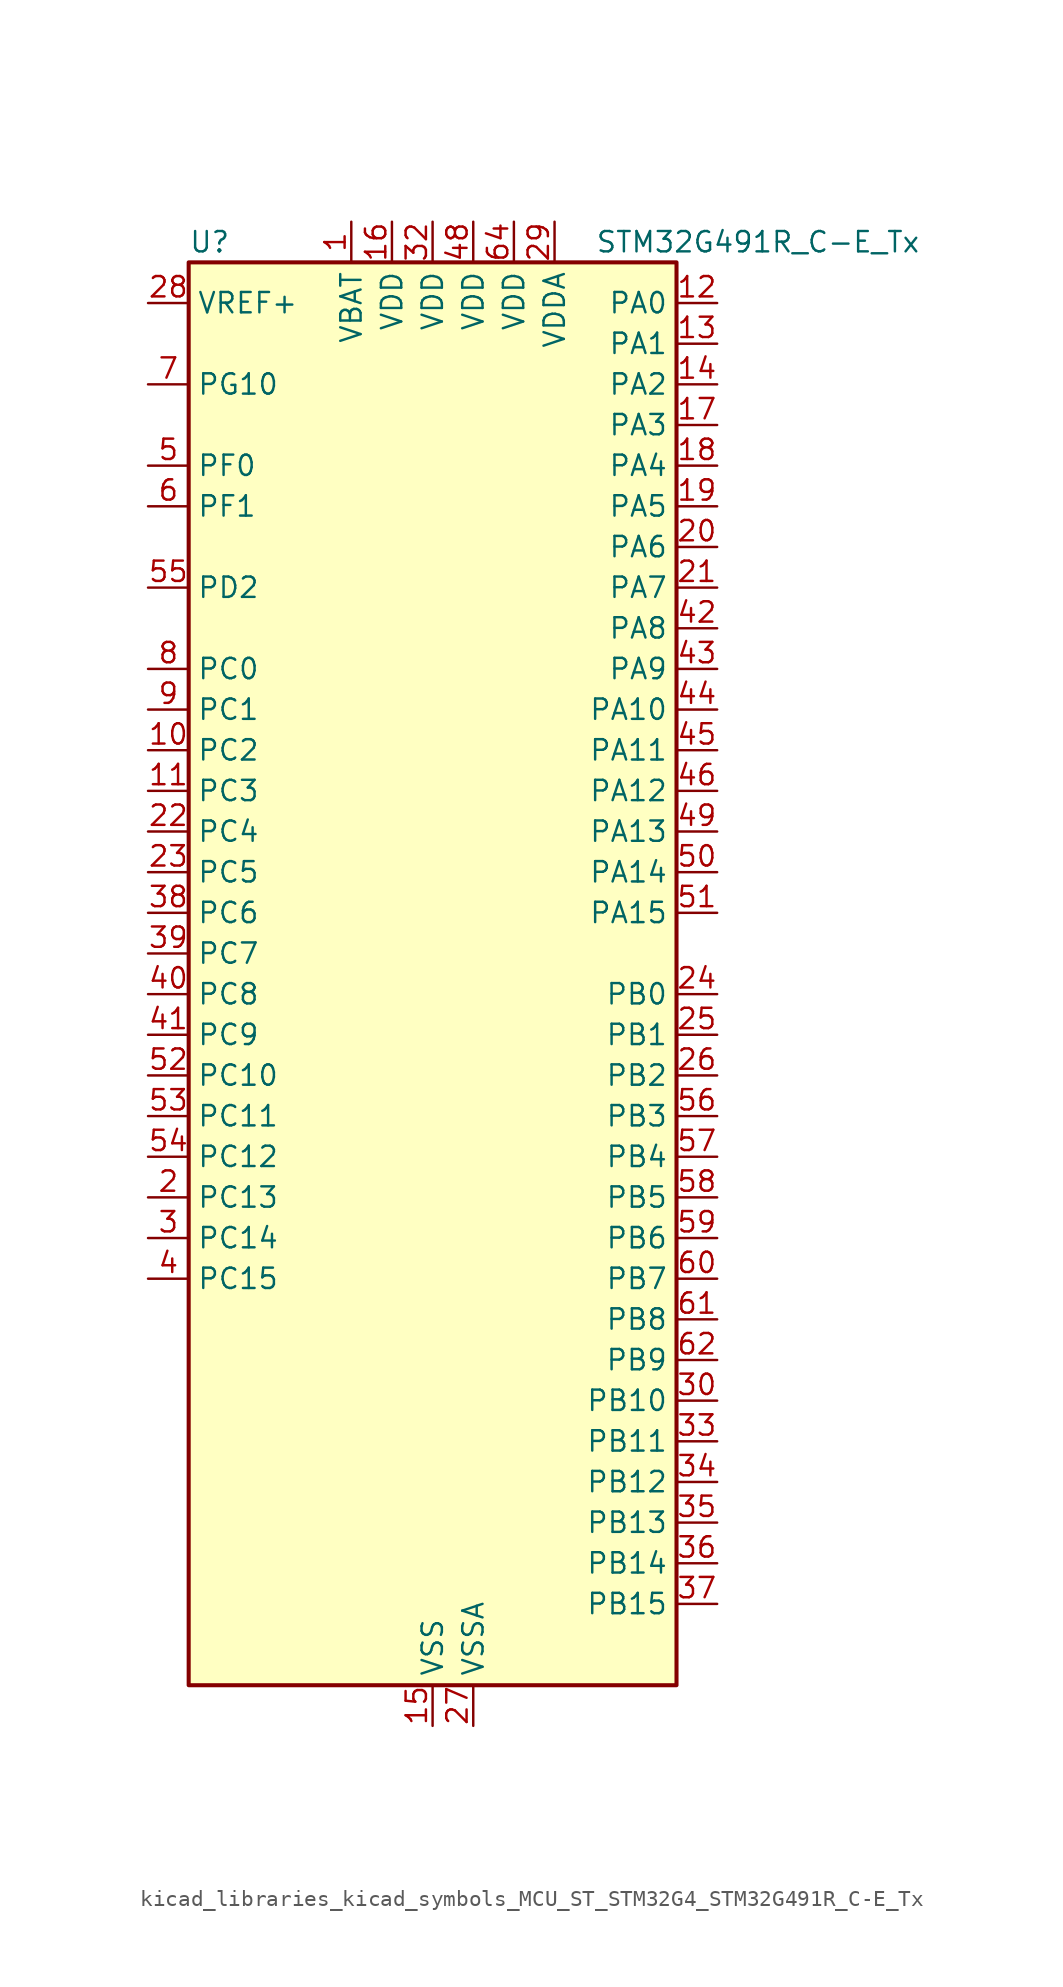
<source format=kicad_sym>
(kicad_symbol_lib
  (version 20220914)
  (generator kicad_symbol_editor)
  (symbol "kicad_libraries_kicad_symbols_MCU_ST_STM32G4_STM32G491R_C-E_Tx"
    (property "Reference" "U"
      (at -15.24 46.99 0)
      (effects (font (size 1.27 1.27)) (justify left)))
    (property "Value" "STM32G491R_C-E_Tx"
      (at 10.16 46.99 0)
      (effects (font (size 1.27 1.27)) (justify left)))
    (property "ki_locked" ""
      (at 0 0 0)
      (effects (font (size 1.27 1.27))))
    (symbol "kicad_libraries_kicad_symbols_MCU_ST_STM32G4_STM32G491R_C-E_Tx_0_1"
      (rectangle (start -15.24 -43.18) (end 15.24 45.72) (stroke (width 0.254) (type default)) (fill (type background))))
    (symbol "kicad_libraries_kicad_symbols_MCU_ST_STM32G4_STM32G491R_C-E_Tx_1_1"
      (pin power_in line (at -5.08 48.26 270) (length 2.54) (name "VBAT" (effects (font (size 1.27 1.27)))) (number "1" (effects (font (size 1.27 1.27)))))
      (pin bidirectional line (at -17.78 15.24 0) (length 2.54) (name "PC2" (effects (font (size 1.27 1.27)))) (number "10" (effects (font (size 1.27 1.27)))) (alternate "ADC1_IN8" bidirectional line) (alternate "ADC2_IN8" bidirectional line) (alternate "ADC3_EXTI2" bidirectional line) (alternate "COMP3_OUT" bidirectional line) (alternate "LPTIM1_IN2" bidirectional line) (alternate "QUADSPI1_BK2_IO1" bidirectional line) (alternate "TIM1_CH3" bidirectional line) (alternate "TIM20_CH2" bidirectional line))
      (pin bidirectional line (at -17.78 12.7 0) (length 2.54) (name "PC3" (effects (font (size 1.27 1.27)))) (number "11" (effects (font (size 1.27 1.27)))) (alternate "ADC1_IN9" bidirectional line) (alternate "ADC2_IN9" bidirectional line) (alternate "ADC3_EXTI3" bidirectional line) (alternate "LPTIM1_ETR" bidirectional line) (alternate "QUADSPI1_BK2_IO2" bidirectional line) (alternate "SAI1_D1" bidirectional line) (alternate "SAI1_SD_A" bidirectional line) (alternate "TIM1_BKIN2" bidirectional line) (alternate "TIM1_CH4" bidirectional line))
      (pin bidirectional line (at 17.78 43.18 180) (length 2.54) (name "PA0" (effects (font (size 1.27 1.27)))) (number "12" (effects (font (size 1.27 1.27)))) (alternate "ADC1_IN1" bidirectional line) (alternate "ADC2_IN1" bidirectional line) (alternate "COMP1_INM" bidirectional line) (alternate "COMP1_OUT" bidirectional line) (alternate "COMP3_INP" bidirectional line) (alternate "RTC_TAMP2" bidirectional line) (alternate "SYS_WKUP1" bidirectional line) (alternate "TIM2_CH1" bidirectional line) (alternate "TIM2_ETR" bidirectional line) (alternate "TIM8_BKIN" bidirectional line) (alternate "TIM8_ETR" bidirectional line) (alternate "USART2_CTS" bidirectional line) (alternate "USART2_NSS" bidirectional line))
      (pin bidirectional line (at 17.78 40.64 180) (length 2.54) (name "PA1" (effects (font (size 1.27 1.27)))) (number "13" (effects (font (size 1.27 1.27)))) (alternate "ADC1_IN2" bidirectional line) (alternate "ADC2_IN2" bidirectional line) (alternate "COMP1_INP" bidirectional line) (alternate "OPAMP1_VINP" bidirectional line) (alternate "OPAMP1_VINP_SEC" bidirectional line) (alternate "OPAMP3_VINP" bidirectional line) (alternate "OPAMP3_VINP_SEC" bidirectional line) (alternate "OPAMP6_VINM" bidirectional line) (alternate "OPAMP6_VINM0" bidirectional line) (alternate "OPAMP6_VINM_SEC" bidirectional line) (alternate "RTC_REFIN" bidirectional line) (alternate "TIM15_CH1N" bidirectional line) (alternate "TIM2_CH2" bidirectional line) (alternate "USART2_DE" bidirectional line) (alternate "USART2_RTS" bidirectional line))
      (pin bidirectional line (at 17.78 38.1 180) (length 2.54) (name "PA2" (effects (font (size 1.27 1.27)))) (number "14" (effects (font (size 1.27 1.27)))) (alternate "ADC1_IN3" bidirectional line) (alternate "ADC3_EXTI2" bidirectional line) (alternate "COMP2_INM" bidirectional line) (alternate "COMP2_OUT" bidirectional line) (alternate "LPUART1_TX" bidirectional line) (alternate "OPAMP1_VOUT" bidirectional line) (alternate "QUADSPI1_BK1_NCS" bidirectional line) (alternate "RCC_LSCO" bidirectional line) (alternate "SYS_WKUP4" bidirectional line) (alternate "TIM15_CH1" bidirectional line) (alternate "TIM2_CH3" bidirectional line) (alternate "UCPD1_FRSTX1" bidirectional line) (alternate "UCPD1_FRSTX2" bidirectional line) (alternate "USART2_TX" bidirectional line))
      (pin power_in line (at 0 -45.72 90) (length 2.54) (name "VSS" (effects (font (size 1.27 1.27)))) (number "15" (effects (font (size 1.27 1.27)))))
      (pin power_in line (at -2.54 48.26 270) (length 2.54) (name "VDD" (effects (font (size 1.27 1.27)))) (number "16" (effects (font (size 1.27 1.27)))))
      (pin bidirectional line (at 17.78 35.56 180) (length 2.54) (name "PA3" (effects (font (size 1.27 1.27)))) (number "17" (effects (font (size 1.27 1.27)))) (alternate "ADC1_IN4" bidirectional line) (alternate "ADC3_EXTI3" bidirectional line) (alternate "COMP2_INP" bidirectional line) (alternate "LPUART1_RX" bidirectional line) (alternate "OPAMP1_VINM" bidirectional line) (alternate "OPAMP1_VINM0" bidirectional line) (alternate "OPAMP1_VINM_SEC" bidirectional line) (alternate "OPAMP1_VINP" bidirectional line) (alternate "OPAMP1_VINP_SEC" bidirectional line) (alternate "QUADSPI1_CLK" bidirectional line) (alternate "SAI1_CK1" bidirectional line) (alternate "SAI1_MCLK_A" bidirectional line) (alternate "TIM15_CH2" bidirectional line) (alternate "TIM2_CH4" bidirectional line) (alternate "USART2_RX" bidirectional line))
      (pin bidirectional line (at 17.78 33.02 180) (length 2.54) (name "PA4" (effects (font (size 1.27 1.27)))) (number "18" (effects (font (size 1.27 1.27)))) (alternate "ADC2_IN17" bidirectional line) (alternate "COMP1_INM" bidirectional line) (alternate "DAC1_OUT1" bidirectional line) (alternate "I2S3_WS" bidirectional line) (alternate "SAI1_FS_B" bidirectional line) (alternate "SPI1_NSS" bidirectional line) (alternate "SPI3_NSS" bidirectional line) (alternate "TIM3_CH2" bidirectional line) (alternate "USART2_CK" bidirectional line))
      (pin bidirectional line (at 17.78 30.48 180) (length 2.54) (name "PA5" (effects (font (size 1.27 1.27)))) (number "19" (effects (font (size 1.27 1.27)))) (alternate "ADC2_IN13" bidirectional line) (alternate "COMP2_INM" bidirectional line) (alternate "DAC1_OUT2" bidirectional line) (alternate "OPAMP2_VINM" bidirectional line) (alternate "OPAMP2_VINM0" bidirectional line) (alternate "OPAMP2_VINM_SEC" bidirectional line) (alternate "SPI1_SCK" bidirectional line) (alternate "TIM2_CH1" bidirectional line) (alternate "TIM2_ETR" bidirectional line) (alternate "UCPD1_FRSTX1" bidirectional line) (alternate "UCPD1_FRSTX2" bidirectional line))
      (pin bidirectional line (at -17.78 -12.7 0) (length 2.54) (name "PC13" (effects (font (size 1.27 1.27)))) (number "2" (effects (font (size 1.27 1.27)))) (alternate "RTC_OUT1" bidirectional line) (alternate "RTC_TAMP1" bidirectional line) (alternate "RTC_TS" bidirectional line) (alternate "SYS_WKUP2" bidirectional line) (alternate "TIM1_BKIN" bidirectional line) (alternate "TIM1_CH1N" bidirectional line) (alternate "TIM8_CH4N" bidirectional line))
      (pin bidirectional line (at 17.78 27.94 180) (length 2.54) (name "PA6" (effects (font (size 1.27 1.27)))) (number "20" (effects (font (size 1.27 1.27)))) (alternate "ADC2_IN3" bidirectional line) (alternate "COMP1_OUT" bidirectional line) (alternate "LPUART1_CTS" bidirectional line) (alternate "OPAMP2_VOUT" bidirectional line) (alternate "QUADSPI1_BK1_IO3" bidirectional line) (alternate "SPI1_MISO" bidirectional line) (alternate "TIM16_CH1" bidirectional line) (alternate "TIM1_BKIN" bidirectional line) (alternate "TIM3_CH1" bidirectional line) (alternate "TIM8_BKIN" bidirectional line))
      (pin bidirectional line (at 17.78 25.4 180) (length 2.54) (name "PA7" (effects (font (size 1.27 1.27)))) (number "21" (effects (font (size 1.27 1.27)))) (alternate "ADC2_IN4" bidirectional line) (alternate "COMP2_INP" bidirectional line) (alternate "COMP2_OUT" bidirectional line) (alternate "OPAMP1_VINP" bidirectional line) (alternate "OPAMP1_VINP_SEC" bidirectional line) (alternate "OPAMP2_VINP" bidirectional line) (alternate "OPAMP2_VINP_SEC" bidirectional line) (alternate "QUADSPI1_BK1_IO2" bidirectional line) (alternate "SPI1_MOSI" bidirectional line) (alternate "TIM17_CH1" bidirectional line) (alternate "TIM1_CH1N" bidirectional line) (alternate "TIM3_CH2" bidirectional line) (alternate "TIM8_CH1N" bidirectional line) (alternate "UCPD1_FRSTX1" bidirectional line) (alternate "UCPD1_FRSTX2" bidirectional line))
      (pin bidirectional line (at -17.78 10.16 0) (length 2.54) (name "PC4" (effects (font (size 1.27 1.27)))) (number "22" (effects (font (size 1.27 1.27)))) (alternate "ADC2_IN5" bidirectional line) (alternate "I2C2_SCL" bidirectional line) (alternate "QUADSPI1_BK2_IO3" bidirectional line) (alternate "TIM1_ETR" bidirectional line) (alternate "USART1_TX" bidirectional line))
      (pin bidirectional line (at -17.78 7.62 0) (length 2.54) (name "PC5" (effects (font (size 1.27 1.27)))) (number "23" (effects (font (size 1.27 1.27)))) (alternate "ADC2_IN11" bidirectional line) (alternate "OPAMP1_VINM" bidirectional line) (alternate "OPAMP1_VINM1" bidirectional line) (alternate "OPAMP1_VINM_SEC" bidirectional line) (alternate "OPAMP2_VINM" bidirectional line) (alternate "OPAMP2_VINM1" bidirectional line) (alternate "OPAMP2_VINM_SEC" bidirectional line) (alternate "SAI1_D3" bidirectional line) (alternate "SYS_WKUP5" bidirectional line) (alternate "TIM15_BKIN" bidirectional line) (alternate "TIM1_CH4N" bidirectional line) (alternate "USART1_RX" bidirectional line))
      (pin bidirectional line (at 17.78 0 180) (length 2.54) (name "PB0" (effects (font (size 1.27 1.27)))) (number "24" (effects (font (size 1.27 1.27)))) (alternate "ADC1_IN15" bidirectional line) (alternate "ADC3_IN12" bidirectional line) (alternate "COMP4_INP" bidirectional line) (alternate "OPAMP2_VINP" bidirectional line) (alternate "OPAMP2_VINP_SEC" bidirectional line) (alternate "OPAMP3_VINP" bidirectional line) (alternate "OPAMP3_VINP_SEC" bidirectional line) (alternate "QUADSPI1_BK1_IO1" bidirectional line) (alternate "TIM1_CH2N" bidirectional line) (alternate "TIM3_CH3" bidirectional line) (alternate "TIM8_CH2N" bidirectional line) (alternate "UCPD1_FRSTX1" bidirectional line) (alternate "UCPD1_FRSTX2" bidirectional line))
      (pin bidirectional line (at 17.78 -2.54 180) (length 2.54) (name "PB1" (effects (font (size 1.27 1.27)))) (number "25" (effects (font (size 1.27 1.27)))) (alternate "ADC1_IN12" bidirectional line) (alternate "ADC3_IN1" bidirectional line) (alternate "COMP1_INP" bidirectional line) (alternate "COMP4_OUT" bidirectional line) (alternate "LPUART1_DE" bidirectional line) (alternate "LPUART1_RTS" bidirectional line) (alternate "OPAMP3_VOUT" bidirectional line) (alternate "OPAMP6_VINM" bidirectional line) (alternate "OPAMP6_VINM1" bidirectional line) (alternate "OPAMP6_VINM_SEC" bidirectional line) (alternate "QUADSPI1_BK1_IO0" bidirectional line) (alternate "TIM1_CH3N" bidirectional line) (alternate "TIM3_CH4" bidirectional line) (alternate "TIM8_CH3N" bidirectional line))
      (pin bidirectional line (at 17.78 -5.08 180) (length 2.54) (name "PB2" (effects (font (size 1.27 1.27)))) (number "26" (effects (font (size 1.27 1.27)))) (alternate "ADC2_IN12" bidirectional line) (alternate "ADC3_EXTI2" bidirectional line) (alternate "COMP4_INM" bidirectional line) (alternate "I2C3_SMBA" bidirectional line) (alternate "LPTIM1_OUT" bidirectional line) (alternate "OPAMP3_VINM" bidirectional line) (alternate "OPAMP3_VINM0" bidirectional line) (alternate "OPAMP3_VINM_SEC" bidirectional line) (alternate "QUADSPI1_BK2_IO1" bidirectional line) (alternate "RTC_OUT2" bidirectional line) (alternate "TIM20_CH1" bidirectional line))
      (pin power_in line (at 2.54 -45.72 90) (length 2.54) (name "VSSA" (effects (font (size 1.27 1.27)))) (number "27" (effects (font (size 1.27 1.27)))))
      (pin input line (at -17.78 43.18 0) (length 2.54) (name "VREF+" (effects (font (size 1.27 1.27)))) (number "28" (effects (font (size 1.27 1.27)))) (alternate "VREFBUF_OUT" bidirectional line))
      (pin power_in line (at 7.62 48.26 270) (length 2.54) (name "VDDA" (effects (font (size 1.27 1.27)))) (number "29" (effects (font (size 1.27 1.27)))))
      (pin bidirectional line (at -17.78 -15.24 0) (length 2.54) (name "PC14" (effects (font (size 1.27 1.27)))) (number "3" (effects (font (size 1.27 1.27)))) (alternate "RCC_OSC32_IN" bidirectional line))
      (pin bidirectional line (at 17.78 -25.4 180) (length 2.54) (name "PB10" (effects (font (size 1.27 1.27)))) (number "30" (effects (font (size 1.27 1.27)))) (alternate "DAC1_EXTI10" bidirectional line) (alternate "DAC3_EXTI10" bidirectional line) (alternate "LPUART1_RX" bidirectional line) (alternate "OPAMP3_VINM" bidirectional line) (alternate "OPAMP3_VINM1" bidirectional line) (alternate "OPAMP3_VINM_SEC" bidirectional line) (alternate "QUADSPI1_CLK" bidirectional line) (alternate "SAI1_SCK_A" bidirectional line) (alternate "TIM1_BKIN" bidirectional line) (alternate "TIM2_CH3" bidirectional line) (alternate "USART3_TX" bidirectional line))
      (pin passive line (at 0 -45.72 90) (length 2.54) hide (name "VSS" (effects (font (size 1.27 1.27)))) (number "31" (effects (font (size 1.27 1.27)))))
      (pin power_in line (at 0 48.26 270) (length 2.54) (name "VDD" (effects (font (size 1.27 1.27)))) (number "32" (effects (font (size 1.27 1.27)))))
      (pin bidirectional line (at 17.78 -27.94 180) (length 2.54) (name "PB11" (effects (font (size 1.27 1.27)))) (number "33" (effects (font (size 1.27 1.27)))) (alternate "ADC1_EXTI11" bidirectional line) (alternate "ADC1_IN14" bidirectional line) (alternate "ADC2_EXTI11" bidirectional line) (alternate "ADC2_IN14" bidirectional line) (alternate "LPUART1_TX" bidirectional line) (alternate "OPAMP6_VOUT" bidirectional line) (alternate "QUADSPI1_BK1_NCS" bidirectional line) (alternate "TIM2_CH4" bidirectional line) (alternate "USART3_RX" bidirectional line))
      (pin bidirectional line (at 17.78 -30.48 180) (length 2.54) (name "PB12" (effects (font (size 1.27 1.27)))) (number "34" (effects (font (size 1.27 1.27)))) (alternate "ADC1_IN11" bidirectional line) (alternate "FDCAN2_RX" bidirectional line) (alternate "I2C2_SMBA" bidirectional line) (alternate "I2S2_WS" bidirectional line) (alternate "LPUART1_DE" bidirectional line) (alternate "LPUART1_RTS" bidirectional line) (alternate "OPAMP6_VINP" bidirectional line) (alternate "OPAMP6_VINP_SEC" bidirectional line) (alternate "SPI2_NSS" bidirectional line) (alternate "TIM1_BKIN" bidirectional line) (alternate "USART3_CK" bidirectional line))
      (pin bidirectional line (at 17.78 -33.02 180) (length 2.54) (name "PB13" (effects (font (size 1.27 1.27)))) (number "35" (effects (font (size 1.27 1.27)))) (alternate "ADC3_IN5" bidirectional line) (alternate "FDCAN2_TX" bidirectional line) (alternate "I2S2_CK" bidirectional line) (alternate "LPUART1_CTS" bidirectional line) (alternate "OPAMP3_VINP" bidirectional line) (alternate "OPAMP3_VINP_SEC" bidirectional line) (alternate "OPAMP6_VINP" bidirectional line) (alternate "OPAMP6_VINP_SEC" bidirectional line) (alternate "SPI2_SCK" bidirectional line) (alternate "TIM1_CH1N" bidirectional line) (alternate "USART3_CTS" bidirectional line) (alternate "USART3_NSS" bidirectional line))
      (pin bidirectional line (at 17.78 -35.56 180) (length 2.54) (name "PB14" (effects (font (size 1.27 1.27)))) (number "36" (effects (font (size 1.27 1.27)))) (alternate "ADC1_IN5" bidirectional line) (alternate "COMP4_OUT" bidirectional line) (alternate "OPAMP2_VINP" bidirectional line) (alternate "OPAMP2_VINP_SEC" bidirectional line) (alternate "SPI2_MISO" bidirectional line) (alternate "TIM15_CH1" bidirectional line) (alternate "TIM1_CH2N" bidirectional line) (alternate "USART3_DE" bidirectional line) (alternate "USART3_RTS" bidirectional line))
      (pin bidirectional line (at 17.78 -38.1 180) (length 2.54) (name "PB15" (effects (font (size 1.27 1.27)))) (number "37" (effects (font (size 1.27 1.27)))) (alternate "ADC1_EXTI15" bidirectional line) (alternate "ADC2_EXTI15" bidirectional line) (alternate "ADC2_IN15" bidirectional line) (alternate "COMP3_OUT" bidirectional line) (alternate "I2S2_SD" bidirectional line) (alternate "RTC_REFIN" bidirectional line) (alternate "SPI2_MOSI" bidirectional line) (alternate "TIM15_CH1N" bidirectional line) (alternate "TIM15_CH2" bidirectional line) (alternate "TIM1_CH3N" bidirectional line))
      (pin bidirectional line (at -17.78 5.08 0) (length 2.54) (name "PC6" (effects (font (size 1.27 1.27)))) (number "38" (effects (font (size 1.27 1.27)))) (alternate "I2S2_MCK" bidirectional line) (alternate "TIM3_CH1" bidirectional line) (alternate "TIM8_CH1" bidirectional line))
      (pin bidirectional line (at -17.78 2.54 0) (length 2.54) (name "PC7" (effects (font (size 1.27 1.27)))) (number "39" (effects (font (size 1.27 1.27)))) (alternate "I2S3_MCK" bidirectional line) (alternate "TIM3_CH2" bidirectional line) (alternate "TIM8_CH2" bidirectional line))
      (pin bidirectional line (at -17.78 -17.78 0) (length 2.54) (name "PC15" (effects (font (size 1.27 1.27)))) (number "4" (effects (font (size 1.27 1.27)))) (alternate "ADC1_EXTI15" bidirectional line) (alternate "ADC2_EXTI15" bidirectional line) (alternate "RCC_OSC32_OUT" bidirectional line))
      (pin bidirectional line (at -17.78 0 0) (length 2.54) (name "PC8" (effects (font (size 1.27 1.27)))) (number "40" (effects (font (size 1.27 1.27)))) (alternate "I2C3_SCL" bidirectional line) (alternate "TIM20_CH3" bidirectional line) (alternate "TIM3_CH3" bidirectional line) (alternate "TIM8_CH3" bidirectional line))
      (pin bidirectional line (at -17.78 -2.54 0) (length 2.54) (name "PC9" (effects (font (size 1.27 1.27)))) (number "41" (effects (font (size 1.27 1.27)))) (alternate "DAC1_EXTI9" bidirectional line) (alternate "DAC3_EXTI9" bidirectional line) (alternate "I2C3_SDA" bidirectional line) (alternate "I2S_CKIN" bidirectional line) (alternate "TIM3_CH4" bidirectional line) (alternate "TIM8_BKIN2" bidirectional line) (alternate "TIM8_CH4" bidirectional line))
      (pin bidirectional line (at 17.78 22.86 180) (length 2.54) (name "PA8" (effects (font (size 1.27 1.27)))) (number "42" (effects (font (size 1.27 1.27)))) (alternate "I2C2_SDA" bidirectional line) (alternate "I2C3_SCL" bidirectional line) (alternate "I2S2_MCK" bidirectional line) (alternate "RCC_MCO" bidirectional line) (alternate "SAI1_CK2" bidirectional line) (alternate "SAI1_SCK_A" bidirectional line) (alternate "TIM1_CH1" bidirectional line) (alternate "TIM4_ETR" bidirectional line) (alternate "USART1_CK" bidirectional line))
      (pin bidirectional line (at 17.78 20.32 180) (length 2.54) (name "PA9" (effects (font (size 1.27 1.27)))) (number "43" (effects (font (size 1.27 1.27)))) (alternate "DAC1_EXTI9" bidirectional line) (alternate "DAC3_EXTI9" bidirectional line) (alternate "I2C2_SCL" bidirectional line) (alternate "I2C3_SMBA" bidirectional line) (alternate "I2S3_MCK" bidirectional line) (alternate "SAI1_FS_A" bidirectional line) (alternate "TIM15_BKIN" bidirectional line) (alternate "TIM1_CH2" bidirectional line) (alternate "TIM2_CH3" bidirectional line) (alternate "UCPD1_DBCC1" bidirectional line) (alternate "USART1_TX" bidirectional line))
      (pin bidirectional line (at 17.78 17.78 180) (length 2.54) (name "PA10" (effects (font (size 1.27 1.27)))) (number "44" (effects (font (size 1.27 1.27)))) (alternate "CRS_SYNC" bidirectional line) (alternate "DAC1_EXTI10" bidirectional line) (alternate "DAC3_EXTI10" bidirectional line) (alternate "I2C2_SMBA" bidirectional line) (alternate "SAI1_D1" bidirectional line) (alternate "SAI1_SD_A" bidirectional line) (alternate "SPI2_MISO" bidirectional line) (alternate "TIM17_BKIN" bidirectional line) (alternate "TIM1_CH3" bidirectional line) (alternate "TIM2_CH4" bidirectional line) (alternate "TIM8_BKIN" bidirectional line) (alternate "UCPD1_DBCC2" bidirectional line) (alternate "USART1_RX" bidirectional line))
      (pin bidirectional line (at 17.78 15.24 180) (length 2.54) (name "PA11" (effects (font (size 1.27 1.27)))) (number "45" (effects (font (size 1.27 1.27)))) (alternate "ADC1_EXTI11" bidirectional line) (alternate "ADC2_EXTI11" bidirectional line) (alternate "COMP1_OUT" bidirectional line) (alternate "FDCAN1_RX" bidirectional line) (alternate "I2S2_SD" bidirectional line) (alternate "SPI2_MOSI" bidirectional line) (alternate "TIM1_BKIN2" bidirectional line) (alternate "TIM1_CH1N" bidirectional line) (alternate "TIM1_CH4" bidirectional line) (alternate "TIM4_CH1" bidirectional line) (alternate "USART1_CTS" bidirectional line) (alternate "USART1_NSS" bidirectional line) (alternate "USB_DM" bidirectional line))
      (pin bidirectional line (at 17.78 12.7 180) (length 2.54) (name "PA12" (effects (font (size 1.27 1.27)))) (number "46" (effects (font (size 1.27 1.27)))) (alternate "COMP2_OUT" bidirectional line) (alternate "FDCAN1_TX" bidirectional line) (alternate "I2S_CKIN" bidirectional line) (alternate "TIM16_CH1" bidirectional line) (alternate "TIM1_CH2N" bidirectional line) (alternate "TIM1_ETR" bidirectional line) (alternate "TIM4_CH2" bidirectional line) (alternate "USART1_DE" bidirectional line) (alternate "USART1_RTS" bidirectional line) (alternate "USB_DP" bidirectional line))
      (pin passive line (at 0 -45.72 90) (length 2.54) hide (name "VSS" (effects (font (size 1.27 1.27)))) (number "47" (effects (font (size 1.27 1.27)))))
      (pin power_in line (at 2.54 48.26 270) (length 2.54) (name "VDD" (effects (font (size 1.27 1.27)))) (number "48" (effects (font (size 1.27 1.27)))))
      (pin bidirectional line (at 17.78 10.16 180) (length 2.54) (name "PA13" (effects (font (size 1.27 1.27)))) (number "49" (effects (font (size 1.27 1.27)))) (alternate "I2C1_SCL" bidirectional line) (alternate "IR_OUT" bidirectional line) (alternate "SAI1_SD_B" bidirectional line) (alternate "SYS_JTMS-SWDIO" bidirectional line) (alternate "TIM16_CH1N" bidirectional line) (alternate "TIM4_CH3" bidirectional line) (alternate "USART3_CTS" bidirectional line) (alternate "USART3_NSS" bidirectional line))
      (pin bidirectional line (at -17.78 33.02 0) (length 2.54) (name "PF0" (effects (font (size 1.27 1.27)))) (number "5" (effects (font (size 1.27 1.27)))) (alternate "ADC1_IN10" bidirectional line) (alternate "I2C2_SDA" bidirectional line) (alternate "I2S2_WS" bidirectional line) (alternate "RCC_OSC_IN" bidirectional line) (alternate "SPI2_NSS" bidirectional line) (alternate "TIM1_CH3N" bidirectional line))
      (pin bidirectional line (at 17.78 7.62 180) (length 2.54) (name "PA14" (effects (font (size 1.27 1.27)))) (number "50" (effects (font (size 1.27 1.27)))) (alternate "I2C1_SDA" bidirectional line) (alternate "LPTIM1_OUT" bidirectional line) (alternate "SAI1_FS_B" bidirectional line) (alternate "SYS_JTCK-SWCLK" bidirectional line) (alternate "TIM1_BKIN" bidirectional line) (alternate "TIM8_CH2" bidirectional line) (alternate "USART2_TX" bidirectional line))
      (pin bidirectional line (at 17.78 5.08 180) (length 2.54) (name "PA15" (effects (font (size 1.27 1.27)))) (number "51" (effects (font (size 1.27 1.27)))) (alternate "ADC1_EXTI15" bidirectional line) (alternate "ADC2_EXTI15" bidirectional line) (alternate "I2C1_SCL" bidirectional line) (alternate "I2S3_WS" bidirectional line) (alternate "SPI1_NSS" bidirectional line) (alternate "SPI3_NSS" bidirectional line) (alternate "SYS_JTDI" bidirectional line) (alternate "TIM1_BKIN" bidirectional line) (alternate "TIM20_ETR" bidirectional line) (alternate "TIM2_CH1" bidirectional line) (alternate "TIM2_ETR" bidirectional line) (alternate "TIM8_CH1" bidirectional line) (alternate "UART4_DE" bidirectional line) (alternate "UART4_RTS" bidirectional line) (alternate "USART2_RX" bidirectional line))
      (pin bidirectional line (at -17.78 -5.08 0) (length 2.54) (name "PC10" (effects (font (size 1.27 1.27)))) (number "52" (effects (font (size 1.27 1.27)))) (alternate "DAC1_EXTI10" bidirectional line) (alternate "DAC3_EXTI10" bidirectional line) (alternate "I2S3_CK" bidirectional line) (alternate "SPI3_SCK" bidirectional line) (alternate "TIM8_CH1N" bidirectional line) (alternate "UART4_TX" bidirectional line) (alternate "USART3_TX" bidirectional line))
      (pin bidirectional line (at -17.78 -7.62 0) (length 2.54) (name "PC11" (effects (font (size 1.27 1.27)))) (number "53" (effects (font (size 1.27 1.27)))) (alternate "ADC1_EXTI11" bidirectional line) (alternate "ADC2_EXTI11" bidirectional line) (alternate "I2C3_SDA" bidirectional line) (alternate "SPI3_MISO" bidirectional line) (alternate "TIM8_CH2N" bidirectional line) (alternate "UART4_RX" bidirectional line) (alternate "USART3_RX" bidirectional line))
      (pin bidirectional line (at -17.78 -10.16 0) (length 2.54) (name "PC12" (effects (font (size 1.27 1.27)))) (number "54" (effects (font (size 1.27 1.27)))) (alternate "I2S3_SD" bidirectional line) (alternate "SPI3_MOSI" bidirectional line) (alternate "TIM8_CH3N" bidirectional line) (alternate "UART5_TX" bidirectional line) (alternate "UCPD1_FRSTX1" bidirectional line) (alternate "UCPD1_FRSTX2" bidirectional line) (alternate "USART3_CK" bidirectional line))
      (pin bidirectional line (at -17.78 25.4 0) (length 2.54) (name "PD2" (effects (font (size 1.27 1.27)))) (number "55" (effects (font (size 1.27 1.27)))) (alternate "ADC3_EXTI2" bidirectional line) (alternate "TIM3_ETR" bidirectional line) (alternate "TIM8_BKIN" bidirectional line) (alternate "UART5_RX" bidirectional line))
      (pin bidirectional line (at 17.78 -7.62 180) (length 2.54) (name "PB3" (effects (font (size 1.27 1.27)))) (number "56" (effects (font (size 1.27 1.27)))) (alternate "ADC3_EXTI3" bidirectional line) (alternate "CRS_SYNC" bidirectional line) (alternate "I2S3_CK" bidirectional line) (alternate "SAI1_SCK_B" bidirectional line) (alternate "SPI1_SCK" bidirectional line) (alternate "SPI3_SCK" bidirectional line) (alternate "SYS_JTDO-SWO" bidirectional line) (alternate "TIM2_CH2" bidirectional line) (alternate "TIM3_ETR" bidirectional line) (alternate "TIM4_ETR" bidirectional line) (alternate "TIM8_CH1N" bidirectional line) (alternate "USART2_TX" bidirectional line))
      (pin bidirectional line (at 17.78 -10.16 180) (length 2.54) (name "PB4" (effects (font (size 1.27 1.27)))) (number "57" (effects (font (size 1.27 1.27)))) (alternate "SAI1_MCLK_B" bidirectional line) (alternate "SPI1_MISO" bidirectional line) (alternate "SPI3_MISO" bidirectional line) (alternate "SYS_JTRST" bidirectional line) (alternate "TIM16_CH1" bidirectional line) (alternate "TIM17_BKIN" bidirectional line) (alternate "TIM3_CH1" bidirectional line) (alternate "TIM8_CH2N" bidirectional line) (alternate "UART5_DE" bidirectional line) (alternate "UART5_RTS" bidirectional line) (alternate "UCPD1_CC2" bidirectional line) (alternate "USART2_RX" bidirectional line))
      (pin bidirectional line (at 17.78 -12.7 180) (length 2.54) (name "PB5" (effects (font (size 1.27 1.27)))) (number "58" (effects (font (size 1.27 1.27)))) (alternate "FDCAN2_RX" bidirectional line) (alternate "I2C1_SMBA" bidirectional line) (alternate "I2C3_SDA" bidirectional line) (alternate "I2S3_SD" bidirectional line) (alternate "LPTIM1_IN1" bidirectional line) (alternate "SAI1_SD_B" bidirectional line) (alternate "SPI1_MOSI" bidirectional line) (alternate "SPI3_MOSI" bidirectional line) (alternate "TIM16_BKIN" bidirectional line) (alternate "TIM17_CH1" bidirectional line) (alternate "TIM3_CH2" bidirectional line) (alternate "TIM8_CH3N" bidirectional line) (alternate "UART5_CTS" bidirectional line) (alternate "USART2_CK" bidirectional line))
      (pin bidirectional line (at 17.78 -15.24 180) (length 2.54) (name "PB6" (effects (font (size 1.27 1.27)))) (number "59" (effects (font (size 1.27 1.27)))) (alternate "COMP4_OUT" bidirectional line) (alternate "FDCAN2_TX" bidirectional line) (alternate "LPTIM1_ETR" bidirectional line) (alternate "SAI1_FS_B" bidirectional line) (alternate "TIM16_CH1N" bidirectional line) (alternate "TIM4_CH1" bidirectional line) (alternate "TIM8_BKIN2" bidirectional line) (alternate "TIM8_CH1" bidirectional line) (alternate "TIM8_ETR" bidirectional line) (alternate "UCPD1_CC1" bidirectional line) (alternate "USART1_TX" bidirectional line))
      (pin bidirectional line (at -17.78 30.48 0) (length 2.54) (name "PF1" (effects (font (size 1.27 1.27)))) (number "6" (effects (font (size 1.27 1.27)))) (alternate "ADC2_IN10" bidirectional line) (alternate "COMP3_INM" bidirectional line) (alternate "I2S2_CK" bidirectional line) (alternate "RCC_OSC_OUT" bidirectional line) (alternate "SPI2_SCK" bidirectional line))
      (pin bidirectional line (at 17.78 -17.78 180) (length 2.54) (name "PB7" (effects (font (size 1.27 1.27)))) (number "60" (effects (font (size 1.27 1.27)))) (alternate "COMP3_OUT" bidirectional line) (alternate "I2C1_SDA" bidirectional line) (alternate "LPTIM1_IN2" bidirectional line) (alternate "SYS_PVD_IN" bidirectional line) (alternate "TIM17_CH1N" bidirectional line) (alternate "TIM3_CH4" bidirectional line) (alternate "TIM4_CH2" bidirectional line) (alternate "TIM8_BKIN" bidirectional line) (alternate "UART4_CTS" bidirectional line) (alternate "USART1_RX" bidirectional line))
      (pin bidirectional line (at 17.78 -20.32 180) (length 2.54) (name "PB8" (effects (font (size 1.27 1.27)))) (number "61" (effects (font (size 1.27 1.27)))) (alternate "COMP1_OUT" bidirectional line) (alternate "FDCAN1_RX" bidirectional line) (alternate "I2C1_SCL" bidirectional line) (alternate "SAI1_CK1" bidirectional line) (alternate "SAI1_MCLK_A" bidirectional line) (alternate "TIM16_CH1" bidirectional line) (alternate "TIM1_BKIN" bidirectional line) (alternate "TIM4_CH3" bidirectional line) (alternate "TIM8_CH2" bidirectional line) (alternate "USART3_RX" bidirectional line))
      (pin bidirectional line (at 17.78 -22.86 180) (length 2.54) (name "PB9" (effects (font (size 1.27 1.27)))) (number "62" (effects (font (size 1.27 1.27)))) (alternate "COMP2_OUT" bidirectional line) (alternate "DAC1_EXTI9" bidirectional line) (alternate "DAC3_EXTI9" bidirectional line) (alternate "FDCAN1_TX" bidirectional line) (alternate "I2C1_SDA" bidirectional line) (alternate "IR_OUT" bidirectional line) (alternate "SAI1_D2" bidirectional line) (alternate "SAI1_FS_A" bidirectional line) (alternate "TIM17_CH1" bidirectional line) (alternate "TIM1_CH3N" bidirectional line) (alternate "TIM4_CH4" bidirectional line) (alternate "TIM8_CH3" bidirectional line) (alternate "USART3_TX" bidirectional line))
      (pin passive line (at 0 -45.72 90) (length 2.54) hide (name "VSS" (effects (font (size 1.27 1.27)))) (number "63" (effects (font (size 1.27 1.27)))))
      (pin power_in line (at 5.08 48.26 270) (length 2.54) (name "VDD" (effects (font (size 1.27 1.27)))) (number "64" (effects (font (size 1.27 1.27)))))
      (pin bidirectional line (at -17.78 38.1 0) (length 2.54) (name "PG10" (effects (font (size 1.27 1.27)))) (number "7" (effects (font (size 1.27 1.27)))) (alternate "DAC1_EXTI10" bidirectional line) (alternate "DAC3_EXTI10" bidirectional line) (alternate "RCC_MCO" bidirectional line))
      (pin bidirectional line (at -17.78 20.32 0) (length 2.54) (name "PC0" (effects (font (size 1.27 1.27)))) (number "8" (effects (font (size 1.27 1.27)))) (alternate "ADC1_IN6" bidirectional line) (alternate "ADC2_IN6" bidirectional line) (alternate "COMP3_INM" bidirectional line) (alternate "LPTIM1_IN1" bidirectional line) (alternate "LPUART1_RX" bidirectional line) (alternate "TIM1_CH1" bidirectional line))
      (pin bidirectional line (at -17.78 17.78 0) (length 2.54) (name "PC1" (effects (font (size 1.27 1.27)))) (number "9" (effects (font (size 1.27 1.27)))) (alternate "ADC1_IN7" bidirectional line) (alternate "ADC2_IN7" bidirectional line) (alternate "COMP3_INP" bidirectional line) (alternate "LPTIM1_OUT" bidirectional line) (alternate "LPUART1_TX" bidirectional line) (alternate "QUADSPI1_BK2_IO0" bidirectional line) (alternate "SAI1_SD_A" bidirectional line) (alternate "TIM1_CH2" bidirectional line)))))
</source>
